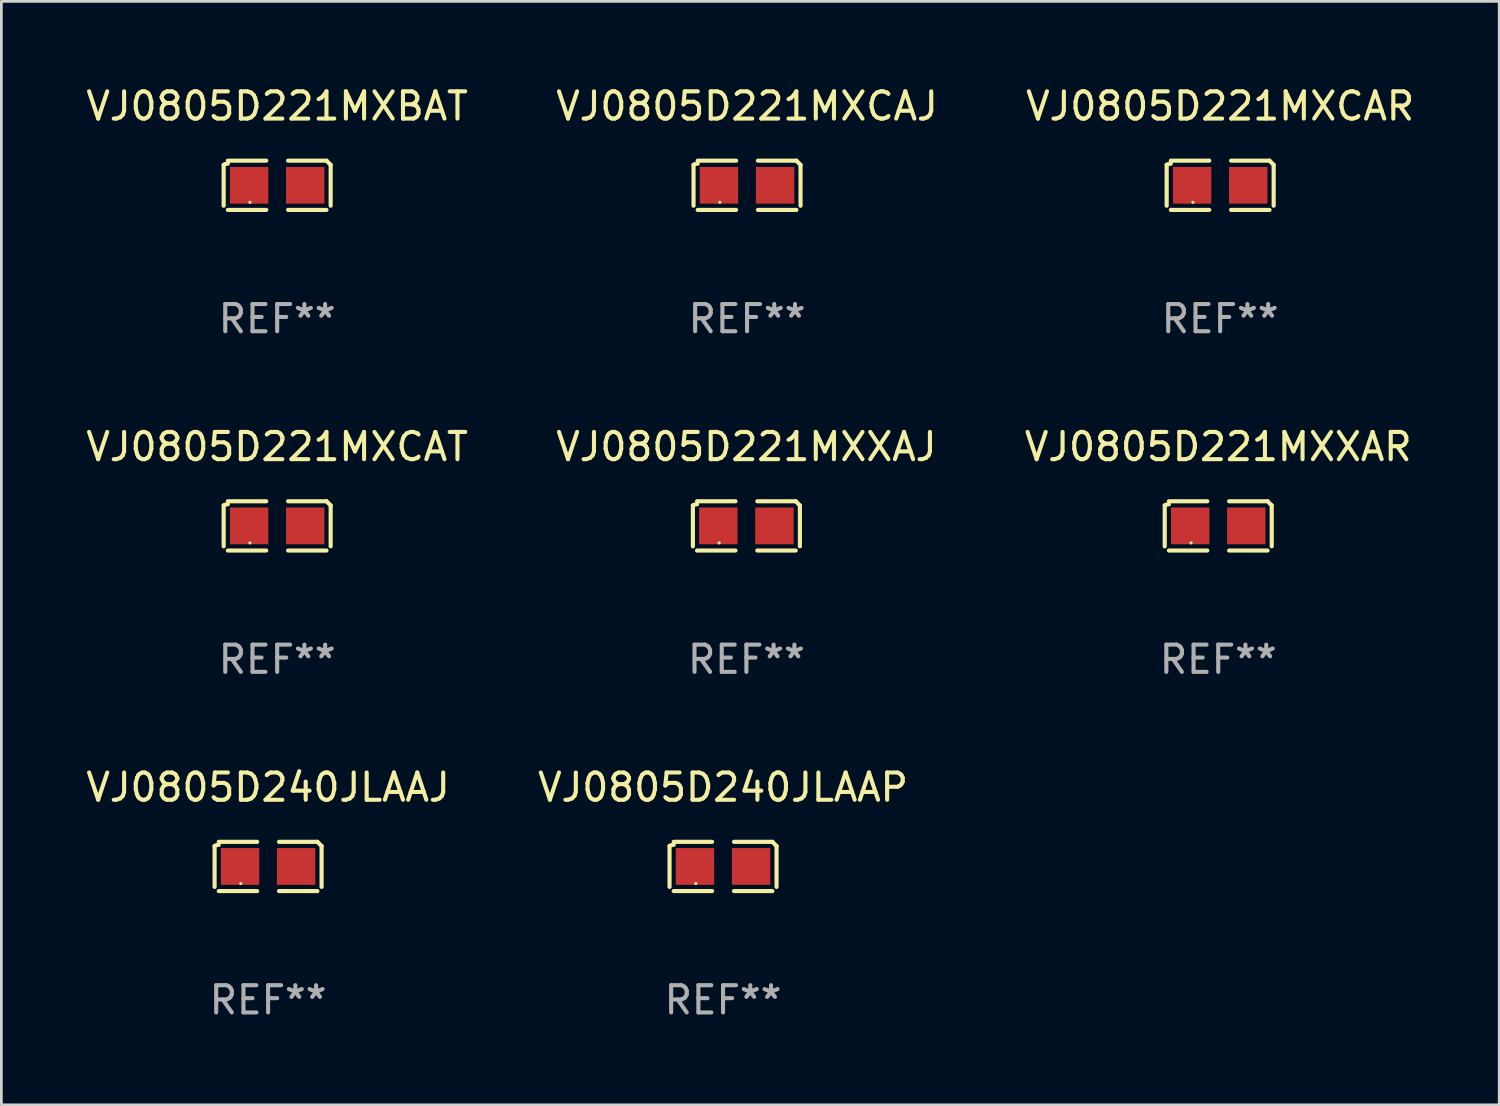
<source format=kicad_pcb>
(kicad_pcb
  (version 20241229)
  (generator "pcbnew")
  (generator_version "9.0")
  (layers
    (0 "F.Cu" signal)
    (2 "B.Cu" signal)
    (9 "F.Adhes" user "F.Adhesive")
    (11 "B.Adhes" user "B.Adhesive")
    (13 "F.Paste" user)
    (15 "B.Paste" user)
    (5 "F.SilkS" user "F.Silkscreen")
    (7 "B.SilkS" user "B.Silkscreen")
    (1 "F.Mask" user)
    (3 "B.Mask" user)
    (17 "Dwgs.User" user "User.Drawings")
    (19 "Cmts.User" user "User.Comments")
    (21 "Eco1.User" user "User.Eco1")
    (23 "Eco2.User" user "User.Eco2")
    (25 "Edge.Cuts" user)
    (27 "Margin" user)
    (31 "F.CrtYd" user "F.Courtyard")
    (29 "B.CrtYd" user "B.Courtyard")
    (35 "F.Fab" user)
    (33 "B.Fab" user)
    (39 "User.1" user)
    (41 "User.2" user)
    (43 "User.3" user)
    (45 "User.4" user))
  (footprint "VJ0805D221MXBAT"
    (layer "F.Cu")
    (at 7.125 3.752)
    (property "Reference" "VJ0805D221MXBAT" (at 0 -2.904 0) (layer "F.SilkS") (effects (font (size 1 1) (thickness 0.15))))
    (attr through_hole)
    (fp_line (start -1.964 0.751) (end -1.964 -0.751) (stroke (width 0.152) (type solid)) (layer "F.SilkS"))
    (fp_line (start -1.811 -0.904) (end -0.401 -0.904) (stroke (width 0.152) (type solid)) (layer "F.SilkS"))
    (fp_line (start -0.401 0.904) (end -1.811 0.904) (stroke (width 0.152) (type solid)) (layer "F.SilkS"))
    (fp_line (start 0.401 0.904) (end 1.811 0.904) (stroke (width 0.152) (type solid)) (layer "F.SilkS"))
    (fp_line (start 1.811 -0.904) (end 0.401 -0.904) (stroke (width 0.152) (type solid)) (layer "F.SilkS"))
    (fp_line (start 1.964 0.751) (end 1.964 -0.751) (stroke (width 0.152) (type solid)) (layer "F.SilkS"))
    (fp_arc (start -1.963602 -0.751207) (mid -1.890354 -0.783131) (end -1.811201 -0.794044) (stroke (width 0.1524) (type solid)) (layer "F.SilkS"))
    (fp_arc (start 1.811202 -0.903607) (mid 1.887413 -0.827418) (end 1.963602 -0.751207) (stroke (width 0.1524) (type solid)) (layer "F.SilkS"))
    (fp_circle (center -1 0.625) (end -0.97 0.625) (stroke (width 0.06) (type solid)) (fill no) (layer "F.SilkS"))
    (fp_text user "REF**" (at 0 4.904 0) (layer "F.Fab") (effects (font (size 1 1) (thickness 0.15))))
    (pad "1" smd rect (at -1.03 0) (size 1.41 1.35) (layers "F.Cu" "F.Mask" "F.Paste"))
    (pad "2" smd rect (at 1.03 0) (size 1.41 1.35) (layers "F.Cu" "F.Mask" "F.Paste")))
  (footprint "VJ0805D221MXCAJ"
    (layer "F.Cu")
    (at 24.375 3.752)
    (property "Reference" "VJ0805D221MXCAJ" (at 0 -2.904 0) (layer "F.SilkS") (effects (font (size 1 1) (thickness 0.15))))
    (attr through_hole)
    (fp_line (start -1.964 0.751) (end -1.964 -0.751) (stroke (width 0.152) (type solid)) (layer "F.SilkS"))
    (fp_line (start -1.811 -0.904) (end -0.401 -0.904) (stroke (width 0.152) (type solid)) (layer "F.SilkS"))
    (fp_line (start -0.401 0.904) (end -1.811 0.904) (stroke (width 0.152) (type solid)) (layer "F.SilkS"))
    (fp_line (start 0.401 0.904) (end 1.811 0.904) (stroke (width 0.152) (type solid)) (layer "F.SilkS"))
    (fp_line (start 1.811 -0.904) (end 0.401 -0.904) (stroke (width 0.152) (type solid)) (layer "F.SilkS"))
    (fp_line (start 1.964 0.751) (end 1.964 -0.751) (stroke (width 0.152) (type solid)) (layer "F.SilkS"))
    (fp_arc (start -1.963602 -0.751207) (mid -1.890354 -0.783131) (end -1.811201 -0.794044) (stroke (width 0.1524) (type solid)) (layer "F.SilkS"))
    (fp_arc (start 1.811202 -0.903607) (mid 1.887413 -0.827418) (end 1.963602 -0.751207) (stroke (width 0.1524) (type solid)) (layer "F.SilkS"))
    (fp_circle (center -1 0.625) (end -0.97 0.625) (stroke (width 0.06) (type solid)) (fill no) (layer "F.SilkS"))
    (fp_text user "REF**" (at 0 4.904 0) (layer "F.Fab") (effects (font (size 1 1) (thickness 0.15))))
    (pad "1" smd rect (at -1.03 0) (size 1.41 1.35) (layers "F.Cu" "F.Mask" "F.Paste"))
    (pad "2" smd rect (at 1.03 0) (size 1.41 1.35) (layers "F.Cu" "F.Mask" "F.Paste")))
  (footprint "VJ0805D221MXXAR"
    (layer "F.Cu")
    (at 41.673 16.256)
    (property "Reference" "VJ0805D221MXXAR" (at 0 -2.904 0) (layer "F.SilkS") (effects (font (size 1 1) (thickness 0.15))))
    (attr through_hole)
    (fp_line (start -1.964 0.751) (end -1.964 -0.751) (stroke (width 0.152) (type solid)) (layer "F.SilkS"))
    (fp_line (start -1.811 -0.904) (end -0.401 -0.904) (stroke (width 0.152) (type solid)) (layer "F.SilkS"))
    (fp_line (start -0.401 0.904) (end -1.811 0.904) (stroke (width 0.152) (type solid)) (layer "F.SilkS"))
    (fp_line (start 0.401 0.904) (end 1.811 0.904) (stroke (width 0.152) (type solid)) (layer "F.SilkS"))
    (fp_line (start 1.811 -0.904) (end 0.401 -0.904) (stroke (width 0.152) (type solid)) (layer "F.SilkS"))
    (fp_line (start 1.964 0.751) (end 1.964 -0.751) (stroke (width 0.152) (type solid)) (layer "F.SilkS"))
    (fp_arc (start -1.963602 -0.751207) (mid -1.890354 -0.783131) (end -1.811201 -0.794044) (stroke (width 0.1524) (type solid)) (layer "F.SilkS"))
    (fp_arc (start 1.811202 -0.903607) (mid 1.887413 -0.827418) (end 1.963602 -0.751207) (stroke (width 0.1524) (type solid)) (layer "F.SilkS"))
    (fp_circle (center -1 0.625) (end -0.97 0.625) (stroke (width 0.06) (type solid)) (fill no) (layer "F.SilkS"))
    (fp_text user "REF**" (at 0 4.904 0) (layer "F.Fab") (effects (font (size 1 1) (thickness 0.15))))
    (pad "1" smd rect (at -1.03 0) (size 1.41 1.35) (layers "F.Cu" "F.Mask" "F.Paste"))
    (pad "2" smd rect (at 1.03 0) (size 1.41 1.35) (layers "F.Cu" "F.Mask" "F.Paste")))
  (footprint "VJ0805D221MXCAT"
    (layer "F.Cu")
    (at 7.125 16.256)
    (property "Reference" "VJ0805D221MXCAT" (at 0 -2.904 0) (layer "F.SilkS") (effects (font (size 1 1) (thickness 0.15))))
    (attr through_hole)
    (fp_line (start -1.964 0.751) (end -1.964 -0.751) (stroke (width 0.152) (type solid)) (layer "F.SilkS"))
    (fp_line (start -1.811 -0.904) (end -0.401 -0.904) (stroke (width 0.152) (type solid)) (layer "F.SilkS"))
    (fp_line (start -0.401 0.904) (end -1.811 0.904) (stroke (width 0.152) (type solid)) (layer "F.SilkS"))
    (fp_line (start 0.401 0.904) (end 1.811 0.904) (stroke (width 0.152) (type solid)) (layer "F.SilkS"))
    (fp_line (start 1.811 -0.904) (end 0.401 -0.904) (stroke (width 0.152) (type solid)) (layer "F.SilkS"))
    (fp_line (start 1.964 0.751) (end 1.964 -0.751) (stroke (width 0.152) (type solid)) (layer "F.SilkS"))
    (fp_arc (start -1.963602 -0.751207) (mid -1.890354 -0.783131) (end -1.811201 -0.794044) (stroke (width 0.1524) (type solid)) (layer "F.SilkS"))
    (fp_arc (start 1.811202 -0.903607) (mid 1.887413 -0.827418) (end 1.963602 -0.751207) (stroke (width 0.1524) (type solid)) (layer "F.SilkS"))
    (fp_circle (center -1 0.625) (end -0.97 0.625) (stroke (width 0.06) (type solid)) (fill no) (layer "F.SilkS"))
    (fp_text user "REF**" (at 0 4.904 0) (layer "F.Fab") (effects (font (size 1 1) (thickness 0.15))))
    (pad "1" smd rect (at -1.03 0) (size 1.41 1.35) (layers "F.Cu" "F.Mask" "F.Paste"))
    (pad "2" smd rect (at 1.03 0) (size 1.41 1.35) (layers "F.Cu" "F.Mask" "F.Paste")))
  (footprint "VJ0805D221MXXAJ"
    (layer "F.Cu")
    (at 24.351 16.256)
    (property "Reference" "VJ0805D221MXXAJ" (at 0 -2.904 0) (layer "F.SilkS") (effects (font (size 1 1) (thickness 0.15))))
    (attr through_hole)
    (fp_line (start -1.964 0.751) (end -1.964 -0.751) (stroke (width 0.152) (type solid)) (layer "F.SilkS"))
    (fp_line (start -1.811 -0.904) (end -0.401 -0.904) (stroke (width 0.152) (type solid)) (layer "F.SilkS"))
    (fp_line (start -0.401 0.904) (end -1.811 0.904) (stroke (width 0.152) (type solid)) (layer "F.SilkS"))
    (fp_line (start 0.401 0.904) (end 1.811 0.904) (stroke (width 0.152) (type solid)) (layer "F.SilkS"))
    (fp_line (start 1.811 -0.904) (end 0.401 -0.904) (stroke (width 0.152) (type solid)) (layer "F.SilkS"))
    (fp_line (start 1.964 0.751) (end 1.964 -0.751) (stroke (width 0.152) (type solid)) (layer "F.SilkS"))
    (fp_arc (start -1.963602 -0.751207) (mid -1.890354 -0.783131) (end -1.811201 -0.794044) (stroke (width 0.1524) (type solid)) (layer "F.SilkS"))
    (fp_arc (start 1.811202 -0.903607) (mid 1.887413 -0.827418) (end 1.963602 -0.751207) (stroke (width 0.1524) (type solid)) (layer "F.SilkS"))
    (fp_circle (center -1 0.625) (end -0.97 0.625) (stroke (width 0.06) (type solid)) (fill no) (layer "F.SilkS"))
    (fp_text user "REF**" (at 0 4.904 0) (layer "F.Fab") (effects (font (size 1 1) (thickness 0.15))))
    (pad "1" smd rect (at -1.03 0) (size 1.41 1.35) (layers "F.Cu" "F.Mask" "F.Paste"))
    (pad "2" smd rect (at 1.03 0) (size 1.41 1.35) (layers "F.Cu" "F.Mask" "F.Paste")))
  (footprint "VJ0805D221MXCAR"
    (layer "F.Cu")
    (at 41.744 3.752)
    (property "Reference" "VJ0805D221MXCAR" (at 0 -2.904 0) (layer "F.SilkS") (effects (font (size 1 1) (thickness 0.15))))
    (attr through_hole)
    (fp_line (start -1.964 0.751) (end -1.964 -0.751) (stroke (width 0.152) (type solid)) (layer "F.SilkS"))
    (fp_line (start -1.811 -0.904) (end -0.401 -0.904) (stroke (width 0.152) (type solid)) (layer "F.SilkS"))
    (fp_line (start -0.401 0.904) (end -1.811 0.904) (stroke (width 0.152) (type solid)) (layer "F.SilkS"))
    (fp_line (start 0.401 0.904) (end 1.811 0.904) (stroke (width 0.152) (type solid)) (layer "F.SilkS"))
    (fp_line (start 1.811 -0.904) (end 0.401 -0.904) (stroke (width 0.152) (type solid)) (layer "F.SilkS"))
    (fp_line (start 1.964 0.751) (end 1.964 -0.751) (stroke (width 0.152) (type solid)) (layer "F.SilkS"))
    (fp_arc (start -1.963602 -0.751207) (mid -1.890354 -0.783131) (end -1.811201 -0.794044) (stroke (width 0.1524) (type solid)) (layer "F.SilkS"))
    (fp_arc (start 1.811202 -0.903607) (mid 1.887413 -0.827418) (end 1.963602 -0.751207) (stroke (width 0.1524) (type solid)) (layer "F.SilkS"))
    (fp_circle (center -1 0.625) (end -0.97 0.625) (stroke (width 0.06) (type solid)) (fill no) (layer "F.SilkS"))
    (fp_text user "REF**" (at 0 4.904 0) (layer "F.Fab") (effects (font (size 1 1) (thickness 0.15))))
    (pad "1" smd rect (at -1.03 0) (size 1.41 1.35) (layers "F.Cu" "F.Mask" "F.Paste"))
    (pad "2" smd rect (at 1.03 0) (size 1.41 1.35) (layers "F.Cu" "F.Mask" "F.Paste")))
  (footprint "VJ0805D240JLAAP"
    (layer "F.Cu")
    (at 23.494 28.759)
    (property "Reference" "VJ0805D240JLAAP" (at 0 -2.904 0) (layer "F.SilkS") (effects (font (size 1 1) (thickness 0.15))))
    (attr through_hole)
    (fp_line (start -1.964 0.751) (end -1.964 -0.751) (stroke (width 0.152) (type solid)) (layer "F.SilkS"))
    (fp_line (start -1.811 -0.904) (end -0.401 -0.904) (stroke (width 0.152) (type solid)) (layer "F.SilkS"))
    (fp_line (start -0.401 0.904) (end -1.811 0.904) (stroke (width 0.152) (type solid)) (layer "F.SilkS"))
    (fp_line (start 0.401 0.904) (end 1.811 0.904) (stroke (width 0.152) (type solid)) (layer "F.SilkS"))
    (fp_line (start 1.811 -0.904) (end 0.401 -0.904) (stroke (width 0.152) (type solid)) (layer "F.SilkS"))
    (fp_line (start 1.964 0.751) (end 1.964 -0.751) (stroke (width 0.152) (type solid)) (layer "F.SilkS"))
    (fp_arc (start -1.963602 -0.751207) (mid -1.890354 -0.783131) (end -1.811201 -0.794044) (stroke (width 0.1524) (type solid)) (layer "F.SilkS"))
    (fp_arc (start 1.811202 -0.903607) (mid 1.887413 -0.827418) (end 1.963602 -0.751207) (stroke (width 0.1524) (type solid)) (layer "F.SilkS"))
    (fp_circle (center -1 0.625) (end -0.97 0.625) (stroke (width 0.06) (type solid)) (fill no) (layer "F.SilkS"))
    (fp_text user "REF**" (at 0 4.904 0) (layer "F.Fab") (effects (font (size 1 1) (thickness 0.15))))
    (pad "1" smd rect (at -1.03 0) (size 1.41 1.35) (layers "F.Cu" "F.Mask" "F.Paste"))
    (pad "2" smd rect (at 1.03 0) (size 1.41 1.35) (layers "F.Cu" "F.Mask" "F.Paste")))
  (footprint "VJ0805D240JLAAJ"
    (layer "F.Cu")
    (at 6.792 28.759)
    (property "Reference" "VJ0805D240JLAAJ" (at 0 -2.904 0) (layer "F.SilkS") (effects (font (size 1 1) (thickness 0.15))))
    (attr through_hole)
    (fp_line (start -1.964 0.751) (end -1.964 -0.751) (stroke (width 0.152) (type solid)) (layer "F.SilkS"))
    (fp_line (start -1.811 -0.904) (end -0.401 -0.904) (stroke (width 0.152) (type solid)) (layer "F.SilkS"))
    (fp_line (start -0.401 0.904) (end -1.811 0.904) (stroke (width 0.152) (type solid)) (layer "F.SilkS"))
    (fp_line (start 0.401 0.904) (end 1.811 0.904) (stroke (width 0.152) (type solid)) (layer "F.SilkS"))
    (fp_line (start 1.811 -0.904) (end 0.401 -0.904) (stroke (width 0.152) (type solid)) (layer "F.SilkS"))
    (fp_line (start 1.964 0.751) (end 1.964 -0.751) (stroke (width 0.152) (type solid)) (layer "F.SilkS"))
    (fp_arc (start -1.963602 -0.751207) (mid -1.890354 -0.783131) (end -1.811201 -0.794044) (stroke (width 0.1524) (type solid)) (layer "F.SilkS"))
    (fp_arc (start 1.811202 -0.903607) (mid 1.887413 -0.827418) (end 1.963602 -0.751207) (stroke (width 0.1524) (type solid)) (layer "F.SilkS"))
    (fp_circle (center -1 0.625) (end -0.97 0.625) (stroke (width 0.06) (type solid)) (fill no) (layer "F.SilkS"))
    (fp_text user "REF**" (at 0 4.904 0) (layer "F.Fab") (effects (font (size 1 1) (thickness 0.15))))
    (pad "1" smd rect (at -1.03 0) (size 1.41 1.35) (layers "F.Cu" "F.Mask" "F.Paste"))
    (pad "2" smd rect (at 1.03 0) (size 1.41 1.35) (layers "F.Cu" "F.Mask" "F.Paste")))
  (gr_rect
    (start -3 -3)
    (end 51.988 37.511)
    (stroke (width 0.1) (type default))
    (fill no)
    (layer "Edge.Cuts")))
</source>
